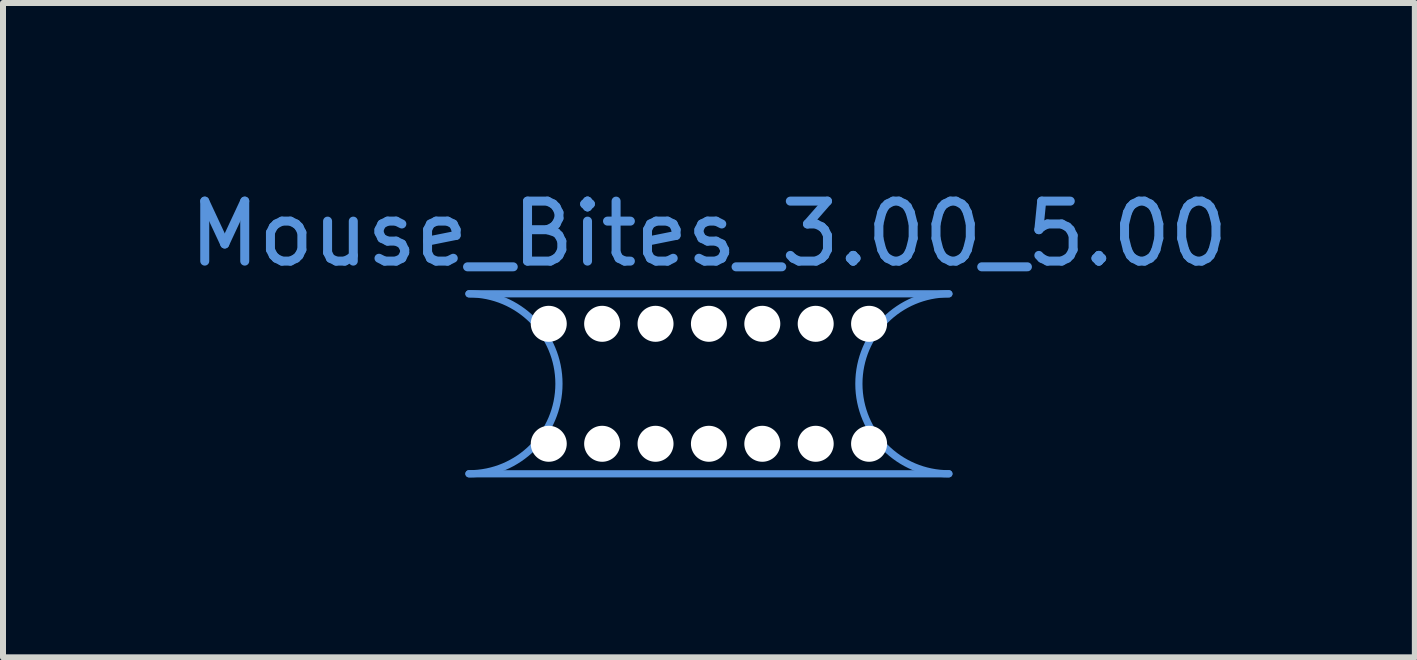
<source format=kicad_pcb>
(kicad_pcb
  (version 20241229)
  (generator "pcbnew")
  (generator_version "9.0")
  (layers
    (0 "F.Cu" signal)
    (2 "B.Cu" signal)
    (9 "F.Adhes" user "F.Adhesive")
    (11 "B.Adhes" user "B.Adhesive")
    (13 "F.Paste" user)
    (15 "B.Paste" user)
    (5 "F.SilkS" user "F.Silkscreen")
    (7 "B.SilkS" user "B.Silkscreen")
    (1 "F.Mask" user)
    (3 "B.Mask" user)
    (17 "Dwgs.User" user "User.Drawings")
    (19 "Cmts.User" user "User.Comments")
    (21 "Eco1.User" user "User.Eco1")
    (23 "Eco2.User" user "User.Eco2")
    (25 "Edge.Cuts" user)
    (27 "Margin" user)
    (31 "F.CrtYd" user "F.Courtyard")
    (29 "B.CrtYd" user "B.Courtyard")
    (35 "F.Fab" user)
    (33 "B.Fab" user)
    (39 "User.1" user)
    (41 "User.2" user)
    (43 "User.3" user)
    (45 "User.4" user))
  (footprint "Mouse_Bites_3.00_5.00"
    (layer "F.Cu")
    (at 8.768 3.348)
    (property "Reference" "Mouse_Bites_3.00_5.00" (at 0 -2.5 0) (layer "Cmts.User") (effects (font (size 1 1) (thickness 0.15))))
    (attr through_hole)
    (fp_line (start -4 -1.5) (end 4 -1.5) (stroke (width 0.12) (type solid)) (layer "Cmts.User"))
    (fp_line (start -4 1.5) (end 4 1.5) (stroke (width 0.12) (type solid)) (layer "Cmts.User"))
    (fp_arc (start -4 -1.5) (mid -2.5 0) (end -4 1.5) (stroke (width 0.12) (type solid)) (layer "Cmts.User"))
    (fp_arc (start 4 1.5) (mid 2.5 0) (end 4 -1.5) (stroke (width 0.12) (type solid)) (layer "Cmts.User"))
    (pad "" np_thru_hole circle (at -2.67 -1) (size 0.6 0.6) (drill 0.6) (layers "*.Cu" "*.Mask"))
    (pad "" np_thru_hole circle (at -2.67 1) (size 0.6 0.6) (drill 0.6) (layers "*.Cu" "*.Mask"))
    (pad "" np_thru_hole circle (at -1.78 -1) (size 0.6 0.6) (drill 0.6) (layers "*.Cu" "*.Mask"))
    (pad "" np_thru_hole circle (at -1.78 1) (size 0.6 0.6) (drill 0.6) (layers "*.Cu" "*.Mask"))
    (pad "" np_thru_hole circle (at -0.89 -1) (size 0.6 0.6) (drill 0.6) (layers "*.Cu" "*.Mask"))
    (pad "" np_thru_hole circle (at -0.89 1) (size 0.6 0.6) (drill 0.6) (layers "*.Cu" "*.Mask"))
    (pad "" np_thru_hole circle (at 0 -1) (size 0.6 0.6) (drill 0.6) (layers "*.Cu" "*.Mask"))
    (pad "" np_thru_hole circle (at 0 1) (size 0.6 0.6) (drill 0.6) (layers "*.Cu" "*.Mask"))
    (pad "" np_thru_hole circle (at 0.89 -1) (size 0.6 0.6) (drill 0.6) (layers "*.Cu" "*.Mask"))
    (pad "" np_thru_hole circle (at 0.89 1) (size 0.6 0.6) (drill 0.6) (layers "*.Cu" "*.Mask"))
    (pad "" np_thru_hole circle (at 1.78 -1) (size 0.6 0.6) (drill 0.6) (layers "*.Cu" "*.Mask"))
    (pad "" np_thru_hole circle (at 1.78 1) (size 0.6 0.6) (drill 0.6) (layers "*.Cu" "*.Mask"))
    (pad "" np_thru_hole circle (at 2.67 -1) (size 0.6 0.6) (drill 0.6) (layers "*.Cu" "*.Mask"))
    (pad "" np_thru_hole circle (at 2.67 1) (size 0.6 0.6) (drill 0.6) (layers "*.Cu" "*.Mask")))
  (gr_rect
    (start -3 -3)
    (end 20.536 7.908)
    (stroke (width 0.1) (type default))
    (fill no)
    (layer "Edge.Cuts")))
</source>
